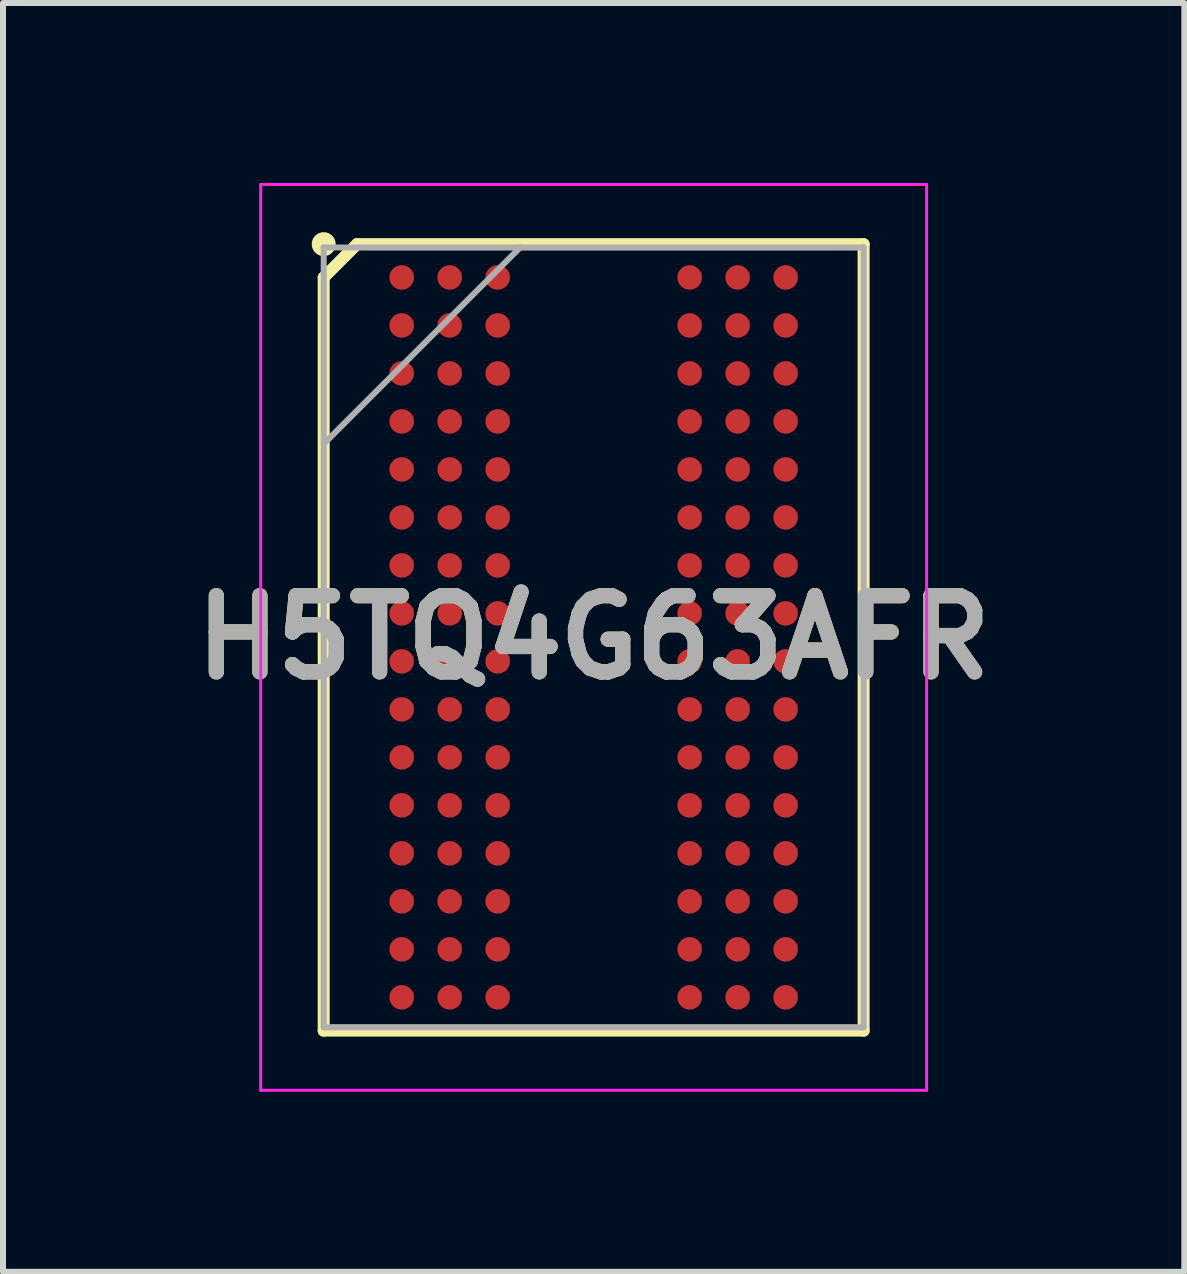
<source format=kicad_pcb>
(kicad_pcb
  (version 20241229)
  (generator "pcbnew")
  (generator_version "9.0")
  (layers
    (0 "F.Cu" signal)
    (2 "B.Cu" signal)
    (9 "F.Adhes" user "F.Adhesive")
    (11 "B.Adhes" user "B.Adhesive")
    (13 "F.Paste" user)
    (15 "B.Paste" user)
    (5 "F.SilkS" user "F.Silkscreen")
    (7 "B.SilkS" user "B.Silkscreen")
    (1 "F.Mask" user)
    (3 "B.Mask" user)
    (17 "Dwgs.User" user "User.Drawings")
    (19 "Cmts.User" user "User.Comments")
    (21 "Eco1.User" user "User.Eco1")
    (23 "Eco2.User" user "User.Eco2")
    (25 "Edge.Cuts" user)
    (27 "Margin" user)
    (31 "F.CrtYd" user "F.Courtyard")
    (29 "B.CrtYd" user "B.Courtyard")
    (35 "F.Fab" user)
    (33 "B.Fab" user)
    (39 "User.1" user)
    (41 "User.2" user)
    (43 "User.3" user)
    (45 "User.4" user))
  (footprint "H5TQ4G63AFR"
    (layer "F.Cu")
    (at 6.846 7.575)
    (property "Reference" "H5TQ4G63AFR" (at 0 0 0) (layer "F.SilkS") (effects (font (size 1.27 1.27) (thickness 0.254))))
    (attr smd)
    (fp_line (start -4.5 -6) (end -3.945 -6.555) (stroke (width 0.2) (type solid)) (layer "F.SilkS"))
    (fp_line (start -4.5 6.555) (end -4.5 -6) (stroke (width 0.2) (type solid)) (layer "F.SilkS"))
    (fp_line (start -3.945 -6.555) (end 4.5 -6.555) (stroke (width 0.2) (type solid)) (layer "F.SilkS"))
    (fp_line (start 4.5 -6.555) (end 4.5 6.555) (stroke (width 0.2) (type solid)) (layer "F.SilkS"))
    (fp_line (start 4.5 6.555) (end -4.5 6.555) (stroke (width 0.2) (type solid)) (layer "F.SilkS"))
    (fp_circle (center -4.5 -6.555) (end -4.5 -6.455) (stroke (width 0.2) (type solid)) (fill no) (layer "F.SilkS"))
    (fp_line (start -5.55 -7.55) (end 5.55 -7.55) (stroke (width 0.05) (type solid)) (layer "F.CrtYd"))
    (fp_line (start -5.55 7.55) (end -5.55 -7.55) (stroke (width 0.05) (type solid)) (layer "F.CrtYd"))
    (fp_line (start 5.55 -7.55) (end 5.55 7.55) (stroke (width 0.05) (type solid)) (layer "F.CrtYd"))
    (fp_line (start 5.55 7.55) (end -5.55 7.55) (stroke (width 0.05) (type solid)) (layer "F.CrtYd"))
    (fp_line (start -4.5 -6.5) (end 4.5 -6.5) (stroke (width 0.1) (type solid)) (layer "F.Fab"))
    (fp_line (start -4.5 -3.225) (end -1.225 -6.5) (stroke (width 0.1) (type solid)) (layer "F.Fab"))
    (fp_line (start -4.5 6.5) (end -4.5 -6.5) (stroke (width 0.1) (type solid)) (layer "F.Fab"))
    (fp_line (start 4.5 -6.5) (end 4.5 6.5) (stroke (width 0.1) (type solid)) (layer "F.Fab"))
    (fp_line (start 4.5 6.5) (end -4.5 6.5) (stroke (width 0.1) (type solid)) (layer "F.Fab"))
    (fp_text user "${REFERENCE}" (at 0 0 0) (layer "F.Fab") (effects (font (size 1.27 1.27) (thickness 0.254))))
    (pad "A1" smd circle (at -3.2 -6 90) (size 0.41 0.41) (layers "F.Cu" "F.Mask" "F.Paste"))
    (pad "A2" smd circle (at -2.4 -6 90) (size 0.41 0.41) (layers "F.Cu" "F.Mask" "F.Paste"))
    (pad "A3" smd circle (at -1.6 -6 90) (size 0.41 0.41) (layers "F.Cu" "F.Mask" "F.Paste"))
    (pad "A7" smd circle (at 1.6 -6 90) (size 0.41 0.41) (layers "F.Cu" "F.Mask" "F.Paste"))
    (pad "A8" smd circle (at 2.4 -6 90) (size 0.41 0.41) (layers "F.Cu" "F.Mask" "F.Paste"))
    (pad "A9" smd circle (at 3.2 -6 90) (size 0.41 0.41) (layers "F.Cu" "F.Mask" "F.Paste"))
    (pad "B1" smd circle (at -3.2 -5.2 90) (size 0.41 0.41) (layers "F.Cu" "F.Mask" "F.Paste"))
    (pad "B2" smd circle (at -2.4 -5.2 90) (size 0.41 0.41) (layers "F.Cu" "F.Mask" "F.Paste"))
    (pad "B3" smd circle (at -1.6 -5.2 90) (size 0.41 0.41) (layers "F.Cu" "F.Mask" "F.Paste"))
    (pad "B7" smd circle (at 1.6 -5.2 90) (size 0.41 0.41) (layers "F.Cu" "F.Mask" "F.Paste"))
    (pad "B8" smd circle (at 2.4 -5.2 90) (size 0.41 0.41) (layers "F.Cu" "F.Mask" "F.Paste"))
    (pad "B9" smd circle (at 3.2 -5.2 90) (size 0.41 0.41) (layers "F.Cu" "F.Mask" "F.Paste"))
    (pad "C1" smd circle (at -3.2 -4.4 90) (size 0.41 0.41) (layers "F.Cu" "F.Mask" "F.Paste"))
    (pad "C2" smd circle (at -2.4 -4.4 90) (size 0.41 0.41) (layers "F.Cu" "F.Mask" "F.Paste"))
    (pad "C3" smd circle (at -1.6 -4.4 90) (size 0.41 0.41) (layers "F.Cu" "F.Mask" "F.Paste"))
    (pad "C7" smd circle (at 1.6 -4.4 90) (size 0.41 0.41) (layers "F.Cu" "F.Mask" "F.Paste"))
    (pad "C8" smd circle (at 2.4 -4.4 90) (size 0.41 0.41) (layers "F.Cu" "F.Mask" "F.Paste"))
    (pad "C9" smd circle (at 3.2 -4.4 90) (size 0.41 0.41) (layers "F.Cu" "F.Mask" "F.Paste"))
    (pad "D1" smd circle (at -3.2 -3.6 90) (size 0.41 0.41) (layers "F.Cu" "F.Mask" "F.Paste"))
    (pad "D2" smd circle (at -2.4 -3.6 90) (size 0.41 0.41) (layers "F.Cu" "F.Mask" "F.Paste"))
    (pad "D3" smd circle (at -1.6 -3.6 90) (size 0.41 0.41) (layers "F.Cu" "F.Mask" "F.Paste"))
    (pad "D7" smd circle (at 1.6 -3.6 90) (size 0.41 0.41) (layers "F.Cu" "F.Mask" "F.Paste"))
    (pad "D8" smd circle (at 2.4 -3.6 90) (size 0.41 0.41) (layers "F.Cu" "F.Mask" "F.Paste"))
    (pad "D9" smd circle (at 3.2 -3.6 90) (size 0.41 0.41) (layers "F.Cu" "F.Mask" "F.Paste"))
    (pad "E1" smd circle (at -3.2 -2.8 90) (size 0.41 0.41) (layers "F.Cu" "F.Mask" "F.Paste"))
    (pad "E2" smd circle (at -2.4 -2.8 90) (size 0.41 0.41) (layers "F.Cu" "F.Mask" "F.Paste"))
    (pad "E3" smd circle (at -1.6 -2.8 90) (size 0.41 0.41) (layers "F.Cu" "F.Mask" "F.Paste"))
    (pad "E7" smd circle (at 1.6 -2.8 90) (size 0.41 0.41) (layers "F.Cu" "F.Mask" "F.Paste"))
    (pad "E8" smd circle (at 2.4 -2.8 90) (size 0.41 0.41) (layers "F.Cu" "F.Mask" "F.Paste"))
    (pad "E9" smd circle (at 3.2 -2.8 90) (size 0.41 0.41) (layers "F.Cu" "F.Mask" "F.Paste"))
    (pad "F1" smd circle (at -3.2 -2 90) (size 0.41 0.41) (layers "F.Cu" "F.Mask" "F.Paste"))
    (pad "F2" smd circle (at -2.4 -2 90) (size 0.41 0.41) (layers "F.Cu" "F.Mask" "F.Paste"))
    (pad "F3" smd circle (at -1.6 -2 90) (size 0.41 0.41) (layers "F.Cu" "F.Mask" "F.Paste"))
    (pad "F7" smd circle (at 1.6 -2 90) (size 0.41 0.41) (layers "F.Cu" "F.Mask" "F.Paste"))
    (pad "F8" smd circle (at 2.4 -2 90) (size 0.41 0.41) (layers "F.Cu" "F.Mask" "F.Paste"))
    (pad "F9" smd circle (at 3.2 -2 90) (size 0.41 0.41) (layers "F.Cu" "F.Mask" "F.Paste"))
    (pad "G1" smd circle (at -3.2 -1.2 90) (size 0.41 0.41) (layers "F.Cu" "F.Mask" "F.Paste"))
    (pad "G2" smd circle (at -2.4 -1.2 90) (size 0.41 0.41) (layers "F.Cu" "F.Mask" "F.Paste"))
    (pad "G3" smd circle (at -1.6 -1.2 90) (size 0.41 0.41) (layers "F.Cu" "F.Mask" "F.Paste"))
    (pad "G7" smd circle (at 1.6 -1.2 90) (size 0.41 0.41) (layers "F.Cu" "F.Mask" "F.Paste"))
    (pad "G8" smd circle (at 2.4 -1.2 90) (size 0.41 0.41) (layers "F.Cu" "F.Mask" "F.Paste"))
    (pad "G9" smd circle (at 3.2 -1.2 90) (size 0.41 0.41) (layers "F.Cu" "F.Mask" "F.Paste"))
    (pad "H1" smd circle (at -3.2 -0.4 90) (size 0.41 0.41) (layers "F.Cu" "F.Mask" "F.Paste"))
    (pad "H2" smd circle (at -2.4 -0.4 90) (size 0.41 0.41) (layers "F.Cu" "F.Mask" "F.Paste"))
    (pad "H3" smd circle (at -1.6 -0.4 90) (size 0.41 0.41) (layers "F.Cu" "F.Mask" "F.Paste"))
    (pad "H7" smd circle (at 1.6 -0.4 90) (size 0.41 0.41) (layers "F.Cu" "F.Mask" "F.Paste"))
    (pad "H8" smd circle (at 2.4 -0.4 90) (size 0.41 0.41) (layers "F.Cu" "F.Mask" "F.Paste"))
    (pad "H9" smd circle (at 3.2 -0.4 90) (size 0.41 0.41) (layers "F.Cu" "F.Mask" "F.Paste"))
    (pad "J1" smd circle (at -3.2 0.4 90) (size 0.41 0.41) (layers "F.Cu" "F.Mask" "F.Paste"))
    (pad "J2" smd circle (at -2.4 0.4 90) (size 0.41 0.41) (layers "F.Cu" "F.Mask" "F.Paste"))
    (pad "J3" smd circle (at -1.6 0.4 90) (size 0.41 0.41) (layers "F.Cu" "F.Mask" "F.Paste"))
    (pad "J7" smd circle (at 1.6 0.4 90) (size 0.41 0.41) (layers "F.Cu" "F.Mask" "F.Paste"))
    (pad "J8" smd circle (at 2.4 0.4 90) (size 0.41 0.41) (layers "F.Cu" "F.Mask" "F.Paste"))
    (pad "J9" smd circle (at 3.2 0.4 90) (size 0.41 0.41) (layers "F.Cu" "F.Mask" "F.Paste"))
    (pad "K1" smd circle (at -3.2 1.2 90) (size 0.41 0.41) (layers "F.Cu" "F.Mask" "F.Paste"))
    (pad "K2" smd circle (at -2.4 1.2 90) (size 0.41 0.41) (layers "F.Cu" "F.Mask" "F.Paste"))
    (pad "K3" smd circle (at -1.6 1.2 90) (size 0.41 0.41) (layers "F.Cu" "F.Mask" "F.Paste"))
    (pad "K7" smd circle (at 1.6 1.2 90) (size 0.41 0.41) (layers "F.Cu" "F.Mask" "F.Paste"))
    (pad "K8" smd circle (at 2.4 1.2 90) (size 0.41 0.41) (layers "F.Cu" "F.Mask" "F.Paste"))
    (pad "K9" smd circle (at 3.2 1.2 90) (size 0.41 0.41) (layers "F.Cu" "F.Mask" "F.Paste"))
    (pad "L1" smd circle (at -3.2 2 90) (size 0.41 0.41) (layers "F.Cu" "F.Mask" "F.Paste"))
    (pad "L2" smd circle (at -2.4 2 90) (size 0.41 0.41) (layers "F.Cu" "F.Mask" "F.Paste"))
    (pad "L3" smd circle (at -1.6 2 90) (size 0.41 0.41) (layers "F.Cu" "F.Mask" "F.Paste"))
    (pad "L7" smd circle (at 1.6 2 90) (size 0.41 0.41) (layers "F.Cu" "F.Mask" "F.Paste"))
    (pad "L8" smd circle (at 2.4 2 90) (size 0.41 0.41) (layers "F.Cu" "F.Mask" "F.Paste"))
    (pad "L9" smd circle (at 3.2 2 90) (size 0.41 0.41) (layers "F.Cu" "F.Mask" "F.Paste"))
    (pad "M1" smd circle (at -3.2 2.8 90) (size 0.41 0.41) (layers "F.Cu" "F.Mask" "F.Paste"))
    (pad "M2" smd circle (at -2.4 2.8 90) (size 0.41 0.41) (layers "F.Cu" "F.Mask" "F.Paste"))
    (pad "M3" smd circle (at -1.6 2.8 90) (size 0.41 0.41) (layers "F.Cu" "F.Mask" "F.Paste"))
    (pad "M7" smd circle (at 1.6 2.8 90) (size 0.41 0.41) (layers "F.Cu" "F.Mask" "F.Paste"))
    (pad "M8" smd circle (at 2.4 2.8 90) (size 0.41 0.41) (layers "F.Cu" "F.Mask" "F.Paste"))
    (pad "M9" smd circle (at 3.2 2.8 90) (size 0.41 0.41) (layers "F.Cu" "F.Mask" "F.Paste"))
    (pad "N1" smd circle (at -3.2 3.6 90) (size 0.41 0.41) (layers "F.Cu" "F.Mask" "F.Paste"))
    (pad "N2" smd circle (at -2.4 3.6 90) (size 0.41 0.41) (layers "F.Cu" "F.Mask" "F.Paste"))
    (pad "N3" smd circle (at -1.6 3.6 90) (size 0.41 0.41) (layers "F.Cu" "F.Mask" "F.Paste"))
    (pad "N7" smd circle (at 1.6 3.6 90) (size 0.41 0.41) (layers "F.Cu" "F.Mask" "F.Paste"))
    (pad "N8" smd circle (at 2.4 3.6 90) (size 0.41 0.41) (layers "F.Cu" "F.Mask" "F.Paste"))
    (pad "N9" smd circle (at 3.2 3.6 90) (size 0.41 0.41) (layers "F.Cu" "F.Mask" "F.Paste"))
    (pad "P1" smd circle (at -3.2 4.4 90) (size 0.41 0.41) (layers "F.Cu" "F.Mask" "F.Paste"))
    (pad "P2" smd circle (at -2.4 4.4 90) (size 0.41 0.41) (layers "F.Cu" "F.Mask" "F.Paste"))
    (pad "P3" smd circle (at -1.6 4.4 90) (size 0.41 0.41) (layers "F.Cu" "F.Mask" "F.Paste"))
    (pad "P7" smd circle (at 1.6 4.4 90) (size 0.41 0.41) (layers "F.Cu" "F.Mask" "F.Paste"))
    (pad "P8" smd circle (at 2.4 4.4 90) (size 0.41 0.41) (layers "F.Cu" "F.Mask" "F.Paste"))
    (pad "P9" smd circle (at 3.2 4.4 90) (size 0.41 0.41) (layers "F.Cu" "F.Mask" "F.Paste"))
    (pad "R1" smd circle (at -3.2 5.2 90) (size 0.41 0.41) (layers "F.Cu" "F.Mask" "F.Paste"))
    (pad "R2" smd circle (at -2.4 5.2 90) (size 0.41 0.41) (layers "F.Cu" "F.Mask" "F.Paste"))
    (pad "R3" smd circle (at -1.6 5.2 90) (size 0.41 0.41) (layers "F.Cu" "F.Mask" "F.Paste"))
    (pad "R7" smd circle (at 1.6 5.2 90) (size 0.41 0.41) (layers "F.Cu" "F.Mask" "F.Paste"))
    (pad "R8" smd circle (at 2.4 5.2 90) (size 0.41 0.41) (layers "F.Cu" "F.Mask" "F.Paste"))
    (pad "R9" smd circle (at 3.2 5.2 90) (size 0.41 0.41) (layers "F.Cu" "F.Mask" "F.Paste"))
    (pad "T1" smd circle (at -3.2 6 90) (size 0.41 0.41) (layers "F.Cu" "F.Mask" "F.Paste"))
    (pad "T2" smd circle (at -2.4 6 90) (size 0.41 0.41) (layers "F.Cu" "F.Mask" "F.Paste"))
    (pad "T3" smd circle (at -1.6 6 90) (size 0.41 0.41) (layers "F.Cu" "F.Mask" "F.Paste"))
    (pad "T7" smd circle (at 1.6 6 90) (size 0.41 0.41) (layers "F.Cu" "F.Mask" "F.Paste"))
    (pad "T8" smd circle (at 2.4 6 90) (size 0.41 0.41) (layers "F.Cu" "F.Mask" "F.Paste"))
    (pad "T9" smd circle (at 3.2 6 90) (size 0.41 0.41) (layers "F.Cu" "F.Mask" "F.Paste")))
  (gr_rect
    (start -3 -3)
    (end 16.692 18.15)
    (stroke (width 0.1) (type default))
    (fill no)
    (layer "Edge.Cuts")))
</source>
